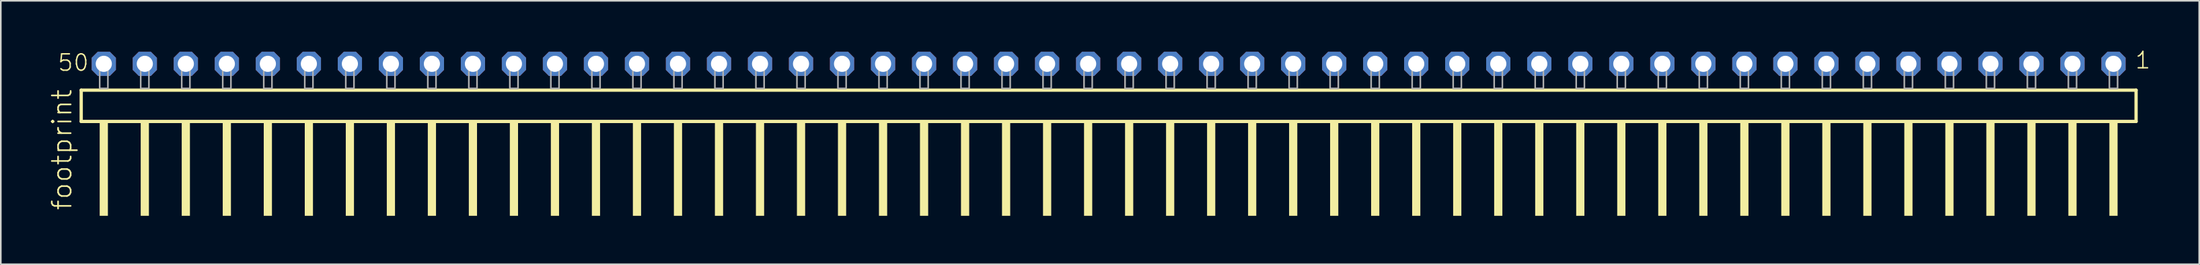
<source format=kicad_pcb>
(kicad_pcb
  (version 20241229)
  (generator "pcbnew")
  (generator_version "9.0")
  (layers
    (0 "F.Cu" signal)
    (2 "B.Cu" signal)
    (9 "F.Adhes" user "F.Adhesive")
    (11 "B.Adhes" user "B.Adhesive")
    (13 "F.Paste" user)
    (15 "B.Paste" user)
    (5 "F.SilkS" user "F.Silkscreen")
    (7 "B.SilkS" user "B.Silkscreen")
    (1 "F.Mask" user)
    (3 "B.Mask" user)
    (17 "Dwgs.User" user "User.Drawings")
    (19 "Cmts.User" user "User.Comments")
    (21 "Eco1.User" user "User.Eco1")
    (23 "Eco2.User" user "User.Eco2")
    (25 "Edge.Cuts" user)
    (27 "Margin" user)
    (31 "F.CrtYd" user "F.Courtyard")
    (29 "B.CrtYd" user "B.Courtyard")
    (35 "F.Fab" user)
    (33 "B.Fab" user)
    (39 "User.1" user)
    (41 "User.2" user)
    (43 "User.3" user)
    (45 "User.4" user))
  (footprint "footprint"
    (layer "F.Cu")
    (at 65.608 2.428)
    (property "Reference" "footprint" (at -64.135 7.62 90) (layer "F.SilkS") (effects (font (size 1.168 1.168) (thickness 0.102)) (justify left bottom)))
    (fp_line (start -63.629 0.106) (end -63.629 2.046) (stroke (width 0.203) (type solid)) (layer "F.SilkS"))
    (fp_line (start -63.629 2.046) (end 63.629 2.046) (stroke (width 0.203) (type solid)) (layer "F.SilkS"))
    (fp_line (start 63.629 0.106) (end -63.629 0.106) (stroke (width 0.203) (type solid)) (layer "F.SilkS"))
    (fp_line (start 63.629 2.046) (end 63.629 0.106) (stroke (width 0.203) (type solid)) (layer "F.SilkS"))
    (fp_poly (pts (xy -62.484 7.89) (xy -61.976 7.89) (xy -61.976 2.04) (xy -62.484 2.04)) (stroke (width 0) (type solid)) (fill yes) (layer "F.SilkS"))
    (fp_poly (pts (xy -59.944 7.89) (xy -59.436 7.89) (xy -59.436 2.04) (xy -59.944 2.04)) (stroke (width 0) (type solid)) (fill yes) (layer "F.SilkS"))
    (fp_poly (pts (xy -57.404 7.89) (xy -56.896 7.89) (xy -56.896 2.04) (xy -57.404 2.04)) (stroke (width 0) (type solid)) (fill yes) (layer "F.SilkS"))
    (fp_poly (pts (xy -54.864 7.89) (xy -54.356 7.89) (xy -54.356 2.04) (xy -54.864 2.04)) (stroke (width 0) (type solid)) (fill yes) (layer "F.SilkS"))
    (fp_poly (pts (xy -52.324 7.89) (xy -51.816 7.89) (xy -51.816 2.04) (xy -52.324 2.04)) (stroke (width 0) (type solid)) (fill yes) (layer "F.SilkS"))
    (fp_poly (pts (xy -49.784 7.89) (xy -49.276 7.89) (xy -49.276 2.04) (xy -49.784 2.04)) (stroke (width 0) (type solid)) (fill yes) (layer "F.SilkS"))
    (fp_poly (pts (xy -47.244 7.89) (xy -46.736 7.89) (xy -46.736 2.04) (xy -47.244 2.04)) (stroke (width 0) (type solid)) (fill yes) (layer "F.SilkS"))
    (fp_poly (pts (xy -44.704 7.89) (xy -44.196 7.89) (xy -44.196 2.04) (xy -44.704 2.04)) (stroke (width 0) (type solid)) (fill yes) (layer "F.SilkS"))
    (fp_poly (pts (xy -42.164 7.89) (xy -41.656 7.89) (xy -41.656 2.04) (xy -42.164 2.04)) (stroke (width 0) (type solid)) (fill yes) (layer "F.SilkS"))
    (fp_poly (pts (xy -39.624 7.89) (xy -39.116 7.89) (xy -39.116 2.04) (xy -39.624 2.04)) (stroke (width 0) (type solid)) (fill yes) (layer "F.SilkS"))
    (fp_poly (pts (xy -37.084 7.89) (xy -36.576 7.89) (xy -36.576 2.04) (xy -37.084 2.04)) (stroke (width 0) (type solid)) (fill yes) (layer "F.SilkS"))
    (fp_poly (pts (xy -34.544 7.89) (xy -34.036 7.89) (xy -34.036 2.04) (xy -34.544 2.04)) (stroke (width 0) (type solid)) (fill yes) (layer "F.SilkS"))
    (fp_poly (pts (xy -32.004 7.89) (xy -31.496 7.89) (xy -31.496 2.04) (xy -32.004 2.04)) (stroke (width 0) (type solid)) (fill yes) (layer "F.SilkS"))
    (fp_poly (pts (xy -29.464 7.89) (xy -28.956 7.89) (xy -28.956 2.04) (xy -29.464 2.04)) (stroke (width 0) (type solid)) (fill yes) (layer "F.SilkS"))
    (fp_poly (pts (xy -26.924 7.89) (xy -26.416 7.89) (xy -26.416 2.04) (xy -26.924 2.04)) (stroke (width 0) (type solid)) (fill yes) (layer "F.SilkS"))
    (fp_poly (pts (xy -24.384 7.89) (xy -23.876 7.89) (xy -23.876 2.04) (xy -24.384 2.04)) (stroke (width 0) (type solid)) (fill yes) (layer "F.SilkS"))
    (fp_poly (pts (xy -21.844 7.89) (xy -21.336 7.89) (xy -21.336 2.04) (xy -21.844 2.04)) (stroke (width 0) (type solid)) (fill yes) (layer "F.SilkS"))
    (fp_poly (pts (xy -19.304 7.89) (xy -18.796 7.89) (xy -18.796 2.04) (xy -19.304 2.04)) (stroke (width 0) (type solid)) (fill yes) (layer "F.SilkS"))
    (fp_poly (pts (xy -16.764 7.89) (xy -16.256 7.89) (xy -16.256 2.04) (xy -16.764 2.04)) (stroke (width 0) (type solid)) (fill yes) (layer "F.SilkS"))
    (fp_poly (pts (xy -14.224 7.89) (xy -13.716 7.89) (xy -13.716 2.04) (xy -14.224 2.04)) (stroke (width 0) (type solid)) (fill yes) (layer "F.SilkS"))
    (fp_poly (pts (xy -11.684 7.89) (xy -11.176 7.89) (xy -11.176 2.04) (xy -11.684 2.04)) (stroke (width 0) (type solid)) (fill yes) (layer "F.SilkS"))
    (fp_poly (pts (xy -9.144 7.89) (xy -8.636 7.89) (xy -8.636 2.04) (xy -9.144 2.04)) (stroke (width 0) (type solid)) (fill yes) (layer "F.SilkS"))
    (fp_poly (pts (xy -6.604 7.89) (xy -6.096 7.89) (xy -6.096 2.04) (xy -6.604 2.04)) (stroke (width 0) (type solid)) (fill yes) (layer "F.SilkS"))
    (fp_poly (pts (xy -4.064 7.89) (xy -3.556 7.89) (xy -3.556 2.04) (xy -4.064 2.04)) (stroke (width 0) (type solid)) (fill yes) (layer "F.SilkS"))
    (fp_poly (pts (xy -1.524 7.89) (xy -1.016 7.89) (xy -1.016 2.04) (xy -1.524 2.04)) (stroke (width 0) (type solid)) (fill yes) (layer "F.SilkS"))
    (fp_poly (pts (xy 1.016 7.89) (xy 1.524 7.89) (xy 1.524 2.04) (xy 1.016 2.04)) (stroke (width 0) (type solid)) (fill yes) (layer "F.SilkS"))
    (fp_poly (pts (xy 3.556 7.89) (xy 4.064 7.89) (xy 4.064 2.04) (xy 3.556 2.04)) (stroke (width 0) (type solid)) (fill yes) (layer "F.SilkS"))
    (fp_poly (pts (xy 6.096 7.89) (xy 6.604 7.89) (xy 6.604 2.04) (xy 6.096 2.04)) (stroke (width 0) (type solid)) (fill yes) (layer "F.SilkS"))
    (fp_poly (pts (xy 8.636 7.89) (xy 9.144 7.89) (xy 9.144 2.04) (xy 8.636 2.04)) (stroke (width 0) (type solid)) (fill yes) (layer "F.SilkS"))
    (fp_poly (pts (xy 11.176 7.89) (xy 11.684 7.89) (xy 11.684 2.04) (xy 11.176 2.04)) (stroke (width 0) (type solid)) (fill yes) (layer "F.SilkS"))
    (fp_poly (pts (xy 13.716 7.89) (xy 14.224 7.89) (xy 14.224 2.04) (xy 13.716 2.04)) (stroke (width 0) (type solid)) (fill yes) (layer "F.SilkS"))
    (fp_poly (pts (xy 16.256 7.89) (xy 16.764 7.89) (xy 16.764 2.04) (xy 16.256 2.04)) (stroke (width 0) (type solid)) (fill yes) (layer "F.SilkS"))
    (fp_poly (pts (xy 18.796 7.89) (xy 19.304 7.89) (xy 19.304 2.04) (xy 18.796 2.04)) (stroke (width 0) (type solid)) (fill yes) (layer "F.SilkS"))
    (fp_poly (pts (xy 21.336 7.89) (xy 21.844 7.89) (xy 21.844 2.04) (xy 21.336 2.04)) (stroke (width 0) (type solid)) (fill yes) (layer "F.SilkS"))
    (fp_poly (pts (xy 23.876 7.89) (xy 24.384 7.89) (xy 24.384 2.04) (xy 23.876 2.04)) (stroke (width 0) (type solid)) (fill yes) (layer "F.SilkS"))
    (fp_poly (pts (xy 26.416 7.89) (xy 26.924 7.89) (xy 26.924 2.04) (xy 26.416 2.04)) (stroke (width 0) (type solid)) (fill yes) (layer "F.SilkS"))
    (fp_poly (pts (xy 28.956 7.89) (xy 29.464 7.89) (xy 29.464 2.04) (xy 28.956 2.04)) (stroke (width 0) (type solid)) (fill yes) (layer "F.SilkS"))
    (fp_poly (pts (xy 31.496 7.89) (xy 32.004 7.89) (xy 32.004 2.04) (xy 31.496 2.04)) (stroke (width 0) (type solid)) (fill yes) (layer "F.SilkS"))
    (fp_poly (pts (xy 34.036 7.89) (xy 34.544 7.89) (xy 34.544 2.04) (xy 34.036 2.04)) (stroke (width 0) (type solid)) (fill yes) (layer "F.SilkS"))
    (fp_poly (pts (xy 36.576 7.89) (xy 37.084 7.89) (xy 37.084 2.04) (xy 36.576 2.04)) (stroke (width 0) (type solid)) (fill yes) (layer "F.SilkS"))
    (fp_poly (pts (xy 39.116 7.89) (xy 39.624 7.89) (xy 39.624 2.04) (xy 39.116 2.04)) (stroke (width 0) (type solid)) (fill yes) (layer "F.SilkS"))
    (fp_poly (pts (xy 41.656 7.89) (xy 42.164 7.89) (xy 42.164 2.04) (xy 41.656 2.04)) (stroke (width 0) (type solid)) (fill yes) (layer "F.SilkS"))
    (fp_poly (pts (xy 44.196 7.89) (xy 44.704 7.89) (xy 44.704 2.04) (xy 44.196 2.04)) (stroke (width 0) (type solid)) (fill yes) (layer "F.SilkS"))
    (fp_poly (pts (xy 46.736 7.89) (xy 47.244 7.89) (xy 47.244 2.04) (xy 46.736 2.04)) (stroke (width 0) (type solid)) (fill yes) (layer "F.SilkS"))
    (fp_poly (pts (xy 49.276 7.89) (xy 49.784 7.89) (xy 49.784 2.04) (xy 49.276 2.04)) (stroke (width 0) (type solid)) (fill yes) (layer "F.SilkS"))
    (fp_poly (pts (xy 51.816 7.89) (xy 52.324 7.89) (xy 52.324 2.04) (xy 51.816 2.04)) (stroke (width 0) (type solid)) (fill yes) (layer "F.SilkS"))
    (fp_poly (pts (xy 54.356 7.89) (xy 54.864 7.89) (xy 54.864 2.04) (xy 54.356 2.04)) (stroke (width 0) (type solid)) (fill yes) (layer "F.SilkS"))
    (fp_poly (pts (xy 56.896 7.89) (xy 57.404 7.89) (xy 57.404 2.04) (xy 56.896 2.04)) (stroke (width 0) (type solid)) (fill yes) (layer "F.SilkS"))
    (fp_poly (pts (xy 59.436 7.89) (xy 59.944 7.89) (xy 59.944 2.04) (xy 59.436 2.04)) (stroke (width 0) (type solid)) (fill yes) (layer "F.SilkS"))
    (fp_poly (pts (xy 61.976 7.89) (xy 62.484 7.89) (xy 62.484 2.04) (xy 61.976 2.04)) (stroke (width 0) (type solid)) (fill yes) (layer "F.SilkS"))
    (fp_poly (pts (xy -62.484 0) (xy -61.976 0) (xy -61.976 -1.778) (xy -62.484 -1.778)) (stroke (width 0.1) (type solid)) (fill no) (layer "F.Fab"))
    (fp_poly (pts (xy -59.944 0) (xy -59.436 0) (xy -59.436 -1.778) (xy -59.944 -1.778)) (stroke (width 0.1) (type solid)) (fill no) (layer "F.Fab"))
    (fp_poly (pts (xy -57.404 0) (xy -56.896 0) (xy -56.896 -1.778) (xy -57.404 -1.778)) (stroke (width 0.1) (type solid)) (fill no) (layer "F.Fab"))
    (fp_poly (pts (xy -54.864 0) (xy -54.356 0) (xy -54.356 -1.778) (xy -54.864 -1.778)) (stroke (width 0.1) (type solid)) (fill no) (layer "F.Fab"))
    (fp_poly (pts (xy -52.324 0) (xy -51.816 0) (xy -51.816 -1.778) (xy -52.324 -1.778)) (stroke (width 0.1) (type solid)) (fill no) (layer "F.Fab"))
    (fp_poly (pts (xy -49.784 0) (xy -49.276 0) (xy -49.276 -1.778) (xy -49.784 -1.778)) (stroke (width 0.1) (type solid)) (fill no) (layer "F.Fab"))
    (fp_poly (pts (xy -47.244 0) (xy -46.736 0) (xy -46.736 -1.778) (xy -47.244 -1.778)) (stroke (width 0.1) (type solid)) (fill no) (layer "F.Fab"))
    (fp_poly (pts (xy -44.704 0) (xy -44.196 0) (xy -44.196 -1.778) (xy -44.704 -1.778)) (stroke (width 0.1) (type solid)) (fill no) (layer "F.Fab"))
    (fp_poly (pts (xy -42.164 0) (xy -41.656 0) (xy -41.656 -1.778) (xy -42.164 -1.778)) (stroke (width 0.1) (type solid)) (fill no) (layer "F.Fab"))
    (fp_poly (pts (xy -39.624 0) (xy -39.116 0) (xy -39.116 -1.778) (xy -39.624 -1.778)) (stroke (width 0.1) (type solid)) (fill no) (layer "F.Fab"))
    (fp_poly (pts (xy -37.084 0) (xy -36.576 0) (xy -36.576 -1.778) (xy -37.084 -1.778)) (stroke (width 0.1) (type solid)) (fill no) (layer "F.Fab"))
    (fp_poly (pts (xy -34.544 0) (xy -34.036 0) (xy -34.036 -1.778) (xy -34.544 -1.778)) (stroke (width 0.1) (type solid)) (fill no) (layer "F.Fab"))
    (fp_poly (pts (xy -32.004 0) (xy -31.496 0) (xy -31.496 -1.778) (xy -32.004 -1.778)) (stroke (width 0.1) (type solid)) (fill no) (layer "F.Fab"))
    (fp_poly (pts (xy -29.464 0) (xy -28.956 0) (xy -28.956 -1.778) (xy -29.464 -1.778)) (stroke (width 0.1) (type solid)) (fill no) (layer "F.Fab"))
    (fp_poly (pts (xy -26.924 0) (xy -26.416 0) (xy -26.416 -1.778) (xy -26.924 -1.778)) (stroke (width 0.1) (type solid)) (fill no) (layer "F.Fab"))
    (fp_poly (pts (xy -24.384 0) (xy -23.876 0) (xy -23.876 -1.778) (xy -24.384 -1.778)) (stroke (width 0.1) (type solid)) (fill no) (layer "F.Fab"))
    (fp_poly (pts (xy -21.844 0) (xy -21.336 0) (xy -21.336 -1.778) (xy -21.844 -1.778)) (stroke (width 0.1) (type solid)) (fill no) (layer "F.Fab"))
    (fp_poly (pts (xy -19.304 0) (xy -18.796 0) (xy -18.796 -1.778) (xy -19.304 -1.778)) (stroke (width 0.1) (type solid)) (fill no) (layer "F.Fab"))
    (fp_poly (pts (xy -16.764 0) (xy -16.256 0) (xy -16.256 -1.778) (xy -16.764 -1.778)) (stroke (width 0.1) (type solid)) (fill no) (layer "F.Fab"))
    (fp_poly (pts (xy -14.224 0) (xy -13.716 0) (xy -13.716 -1.778) (xy -14.224 -1.778)) (stroke (width 0.1) (type solid)) (fill no) (layer "F.Fab"))
    (fp_poly (pts (xy -11.684 0) (xy -11.176 0) (xy -11.176 -1.778) (xy -11.684 -1.778)) (stroke (width 0.1) (type solid)) (fill no) (layer "F.Fab"))
    (fp_poly (pts (xy -9.144 0) (xy -8.636 0) (xy -8.636 -1.778) (xy -9.144 -1.778)) (stroke (width 0.1) (type solid)) (fill no) (layer "F.Fab"))
    (fp_poly (pts (xy -6.604 0) (xy -6.096 0) (xy -6.096 -1.778) (xy -6.604 -1.778)) (stroke (width 0.1) (type solid)) (fill no) (layer "F.Fab"))
    (fp_poly (pts (xy -4.064 0) (xy -3.556 0) (xy -3.556 -1.778) (xy -4.064 -1.778)) (stroke (width 0.1) (type solid)) (fill no) (layer "F.Fab"))
    (fp_poly (pts (xy -1.524 0) (xy -1.016 0) (xy -1.016 -1.778) (xy -1.524 -1.778)) (stroke (width 0.1) (type solid)) (fill no) (layer "F.Fab"))
    (fp_poly (pts (xy 1.016 0) (xy 1.524 0) (xy 1.524 -1.778) (xy 1.016 -1.778)) (stroke (width 0.1) (type solid)) (fill no) (layer "F.Fab"))
    (fp_poly (pts (xy 3.556 0) (xy 4.064 0) (xy 4.064 -1.778) (xy 3.556 -1.778)) (stroke (width 0.1) (type solid)) (fill no) (layer "F.Fab"))
    (fp_poly (pts (xy 6.096 0) (xy 6.604 0) (xy 6.604 -1.778) (xy 6.096 -1.778)) (stroke (width 0.1) (type solid)) (fill no) (layer "F.Fab"))
    (fp_poly (pts (xy 8.636 0) (xy 9.144 0) (xy 9.144 -1.778) (xy 8.636 -1.778)) (stroke (width 0.1) (type solid)) (fill no) (layer "F.Fab"))
    (fp_poly (pts (xy 11.176 0) (xy 11.684 0) (xy 11.684 -1.778) (xy 11.176 -1.778)) (stroke (width 0.1) (type solid)) (fill no) (layer "F.Fab"))
    (fp_poly (pts (xy 13.716 0) (xy 14.224 0) (xy 14.224 -1.778) (xy 13.716 -1.778)) (stroke (width 0.1) (type solid)) (fill no) (layer "F.Fab"))
    (fp_poly (pts (xy 16.256 0) (xy 16.764 0) (xy 16.764 -1.778) (xy 16.256 -1.778)) (stroke (width 0.1) (type solid)) (fill no) (layer "F.Fab"))
    (fp_poly (pts (xy 18.796 0) (xy 19.304 0) (xy 19.304 -1.778) (xy 18.796 -1.778)) (stroke (width 0.1) (type solid)) (fill no) (layer "F.Fab"))
    (fp_poly (pts (xy 21.336 0) (xy 21.844 0) (xy 21.844 -1.778) (xy 21.336 -1.778)) (stroke (width 0.1) (type solid)) (fill no) (layer "F.Fab"))
    (fp_poly (pts (xy 23.876 0) (xy 24.384 0) (xy 24.384 -1.778) (xy 23.876 -1.778)) (stroke (width 0.1) (type solid)) (fill no) (layer "F.Fab"))
    (fp_poly (pts (xy 26.416 0) (xy 26.924 0) (xy 26.924 -1.778) (xy 26.416 -1.778)) (stroke (width 0.1) (type solid)) (fill no) (layer "F.Fab"))
    (fp_poly (pts (xy 28.956 0) (xy 29.464 0) (xy 29.464 -1.778) (xy 28.956 -1.778)) (stroke (width 0.1) (type solid)) (fill no) (layer "F.Fab"))
    (fp_poly (pts (xy 31.496 0) (xy 32.004 0) (xy 32.004 -1.778) (xy 31.496 -1.778)) (stroke (width 0.1) (type solid)) (fill no) (layer "F.Fab"))
    (fp_poly (pts (xy 34.036 0) (xy 34.544 0) (xy 34.544 -1.778) (xy 34.036 -1.778)) (stroke (width 0.1) (type solid)) (fill no) (layer "F.Fab"))
    (fp_poly (pts (xy 36.576 0) (xy 37.084 0) (xy 37.084 -1.778) (xy 36.576 -1.778)) (stroke (width 0.1) (type solid)) (fill no) (layer "F.Fab"))
    (fp_poly (pts (xy 39.116 0) (xy 39.624 0) (xy 39.624 -1.778) (xy 39.116 -1.778)) (stroke (width 0.1) (type solid)) (fill no) (layer "F.Fab"))
    (fp_poly (pts (xy 41.656 0) (xy 42.164 0) (xy 42.164 -1.778) (xy 41.656 -1.778)) (stroke (width 0.1) (type solid)) (fill no) (layer "F.Fab"))
    (fp_poly (pts (xy 44.196 0) (xy 44.704 0) (xy 44.704 -1.778) (xy 44.196 -1.778)) (stroke (width 0.1) (type solid)) (fill no) (layer "F.Fab"))
    (fp_poly (pts (xy 46.736 0) (xy 47.244 0) (xy 47.244 -1.778) (xy 46.736 -1.778)) (stroke (width 0.1) (type solid)) (fill no) (layer "F.Fab"))
    (fp_poly (pts (xy 49.276 0) (xy 49.784 0) (xy 49.784 -1.778) (xy 49.276 -1.778)) (stroke (width 0.1) (type solid)) (fill no) (layer "F.Fab"))
    (fp_poly (pts (xy 51.816 0) (xy 52.324 0) (xy 52.324 -1.778) (xy 51.816 -1.778)) (stroke (width 0.1) (type solid)) (fill no) (layer "F.Fab"))
    (fp_poly (pts (xy 54.356 0) (xy 54.864 0) (xy 54.864 -1.778) (xy 54.356 -1.778)) (stroke (width 0.1) (type solid)) (fill no) (layer "F.Fab"))
    (fp_poly (pts (xy 56.896 0) (xy 57.404 0) (xy 57.404 -1.778) (xy 56.896 -1.778)) (stroke (width 0.1) (type solid)) (fill no) (layer "F.Fab"))
    (fp_poly (pts (xy 59.436 0) (xy 59.944 0) (xy 59.944 -1.778) (xy 59.436 -1.778)) (stroke (width 0.1) (type solid)) (fill no) (layer "F.Fab"))
    (fp_poly (pts (xy 61.976 0) (xy 62.484 0) (xy 62.484 -1.778) (xy 61.976 -1.778)) (stroke (width 0.1) (type solid)) (fill no) (layer "F.Fab"))
    (fp_text user "50" (at -65.14 -1.002 0) (layer "F.SilkS") (effects (font (size 1.012 1.012) (thickness 0.088)) (justify left bottom)))
    (fp_text user "1" (at 63.512 -1.152 0) (layer "F.SilkS") (effects (font (size 1.012 1.012) (thickness 0.088)) (justify left bottom)))
    (pad "1" thru_hole roundrect (at 62.23 -1.524 180) (size 1.5 1.5) (drill 1) (layers "*.Cu" "*.Mask") (roundrect_rratio 0.25) (chamfer_ratio 0.25) (chamfer top_left top_right bottom_left bottom_right))
    (pad "2" thru_hole roundrect (at 59.69 -1.524 180) (size 1.5 1.5) (drill 1) (layers "*.Cu" "*.Mask") (roundrect_rratio 0.25) (chamfer_ratio 0.25) (chamfer top_left top_right bottom_left bottom_right))
    (pad "3" thru_hole roundrect (at 57.15 -1.524 180) (size 1.5 1.5) (drill 1) (layers "*.Cu" "*.Mask") (roundrect_rratio 0.25) (chamfer_ratio 0.25) (chamfer top_left top_right bottom_left bottom_right))
    (pad "4" thru_hole roundrect (at 54.61 -1.524 180) (size 1.5 1.5) (drill 1) (layers "*.Cu" "*.Mask") (roundrect_rratio 0.25) (chamfer_ratio 0.25) (chamfer top_left top_right bottom_left bottom_right))
    (pad "5" thru_hole roundrect (at 52.07 -1.524 180) (size 1.5 1.5) (drill 1) (layers "*.Cu" "*.Mask") (roundrect_rratio 0.25) (chamfer_ratio 0.25) (chamfer top_left top_right bottom_left bottom_right))
    (pad "6" thru_hole roundrect (at 49.53 -1.524 180) (size 1.5 1.5) (drill 1) (layers "*.Cu" "*.Mask") (roundrect_rratio 0.25) (chamfer_ratio 0.25) (chamfer top_left top_right bottom_left bottom_right))
    (pad "7" thru_hole roundrect (at 46.99 -1.524 180) (size 1.5 1.5) (drill 1) (layers "*.Cu" "*.Mask") (roundrect_rratio 0.25) (chamfer_ratio 0.25) (chamfer top_left top_right bottom_left bottom_right))
    (pad "8" thru_hole roundrect (at 44.45 -1.524 180) (size 1.5 1.5) (drill 1) (layers "*.Cu" "*.Mask") (roundrect_rratio 0.25) (chamfer_ratio 0.25) (chamfer top_left top_right bottom_left bottom_right))
    (pad "9" thru_hole roundrect (at 41.91 -1.524 180) (size 1.5 1.5) (drill 1) (layers "*.Cu" "*.Mask") (roundrect_rratio 0.25) (chamfer_ratio 0.25) (chamfer top_left top_right bottom_left bottom_right))
    (pad "10" thru_hole roundrect (at 39.37 -1.524 180) (size 1.5 1.5) (drill 1) (layers "*.Cu" "*.Mask") (roundrect_rratio 0.25) (chamfer_ratio 0.25) (chamfer top_left top_right bottom_left bottom_right))
    (pad "11" thru_hole roundrect (at 36.83 -1.524 180) (size 1.5 1.5) (drill 1) (layers "*.Cu" "*.Mask") (roundrect_rratio 0.25) (chamfer_ratio 0.25) (chamfer top_left top_right bottom_left bottom_right))
    (pad "12" thru_hole roundrect (at 34.29 -1.524 180) (size 1.5 1.5) (drill 1) (layers "*.Cu" "*.Mask") (roundrect_rratio 0.25) (chamfer_ratio 0.25) (chamfer top_left top_right bottom_left bottom_right))
    (pad "13" thru_hole roundrect (at 31.75 -1.524 180) (size 1.5 1.5) (drill 1) (layers "*.Cu" "*.Mask") (roundrect_rratio 0.25) (chamfer_ratio 0.25) (chamfer top_left top_right bottom_left bottom_right))
    (pad "14" thru_hole roundrect (at 29.21 -1.524 180) (size 1.5 1.5) (drill 1) (layers "*.Cu" "*.Mask") (roundrect_rratio 0.25) (chamfer_ratio 0.25) (chamfer top_left top_right bottom_left bottom_right))
    (pad "15" thru_hole roundrect (at 26.67 -1.524 180) (size 1.5 1.5) (drill 1) (layers "*.Cu" "*.Mask") (roundrect_rratio 0.25) (chamfer_ratio 0.25) (chamfer top_left top_right bottom_left bottom_right))
    (pad "16" thru_hole roundrect (at 24.13 -1.524 180) (size 1.5 1.5) (drill 1) (layers "*.Cu" "*.Mask") (roundrect_rratio 0.25) (chamfer_ratio 0.25) (chamfer top_left top_right bottom_left bottom_right))
    (pad "17" thru_hole roundrect (at 21.59 -1.524 180) (size 1.5 1.5) (drill 1) (layers "*.Cu" "*.Mask") (roundrect_rratio 0.25) (chamfer_ratio 0.25) (chamfer top_left top_right bottom_left bottom_right))
    (pad "18" thru_hole roundrect (at 19.05 -1.524 180) (size 1.5 1.5) (drill 1) (layers "*.Cu" "*.Mask") (roundrect_rratio 0.25) (chamfer_ratio 0.25) (chamfer top_left top_right bottom_left bottom_right))
    (pad "19" thru_hole roundrect (at 16.51 -1.524 180) (size 1.5 1.5) (drill 1) (layers "*.Cu" "*.Mask") (roundrect_rratio 0.25) (chamfer_ratio 0.25) (chamfer top_left top_right bottom_left bottom_right))
    (pad "20" thru_hole roundrect (at 13.97 -1.524 180) (size 1.5 1.5) (drill 1) (layers "*.Cu" "*.Mask") (roundrect_rratio 0.25) (chamfer_ratio 0.25) (chamfer top_left top_right bottom_left bottom_right))
    (pad "21" thru_hole roundrect (at 11.43 -1.524 180) (size 1.5 1.5) (drill 1) (layers "*.Cu" "*.Mask") (roundrect_rratio 0.25) (chamfer_ratio 0.25) (chamfer top_left top_right bottom_left bottom_right))
    (pad "22" thru_hole roundrect (at 8.89 -1.524 180) (size 1.5 1.5) (drill 1) (layers "*.Cu" "*.Mask") (roundrect_rratio 0.25) (chamfer_ratio 0.25) (chamfer top_left top_right bottom_left bottom_right))
    (pad "23" thru_hole roundrect (at 6.35 -1.524 180) (size 1.5 1.5) (drill 1) (layers "*.Cu" "*.Mask") (roundrect_rratio 0.25) (chamfer_ratio 0.25) (chamfer top_left top_right bottom_left bottom_right))
    (pad "24" thru_hole roundrect (at 3.81 -1.524 180) (size 1.5 1.5) (drill 1) (layers "*.Cu" "*.Mask") (roundrect_rratio 0.25) (chamfer_ratio 0.25) (chamfer top_left top_right bottom_left bottom_right))
    (pad "25" thru_hole roundrect (at 1.27 -1.524 180) (size 1.5 1.5) (drill 1) (layers "*.Cu" "*.Mask") (roundrect_rratio 0.25) (chamfer_ratio 0.25) (chamfer top_left top_right bottom_left bottom_right))
    (pad "26" thru_hole roundrect (at -1.27 -1.524 180) (size 1.5 1.5) (drill 1) (layers "*.Cu" "*.Mask") (roundrect_rratio 0.25) (chamfer_ratio 0.25) (chamfer top_left top_right bottom_left bottom_right))
    (pad "27" thru_hole roundrect (at -3.81 -1.524 180) (size 1.5 1.5) (drill 1) (layers "*.Cu" "*.Mask") (roundrect_rratio 0.25) (chamfer_ratio 0.25) (chamfer top_left top_right bottom_left bottom_right))
    (pad "28" thru_hole roundrect (at -6.35 -1.524 180) (size 1.5 1.5) (drill 1) (layers "*.Cu" "*.Mask") (roundrect_rratio 0.25) (chamfer_ratio 0.25) (chamfer top_left top_right bottom_left bottom_right))
    (pad "29" thru_hole roundrect (at -8.89 -1.524 180) (size 1.5 1.5) (drill 1) (layers "*.Cu" "*.Mask") (roundrect_rratio 0.25) (chamfer_ratio 0.25) (chamfer top_left top_right bottom_left bottom_right))
    (pad "30" thru_hole roundrect (at -11.43 -1.524 180) (size 1.5 1.5) (drill 1) (layers "*.Cu" "*.Mask") (roundrect_rratio 0.25) (chamfer_ratio 0.25) (chamfer top_left top_right bottom_left bottom_right))
    (pad "31" thru_hole roundrect (at -13.97 -1.524 180) (size 1.5 1.5) (drill 1) (layers "*.Cu" "*.Mask") (roundrect_rratio 0.25) (chamfer_ratio 0.25) (chamfer top_left top_right bottom_left bottom_right))
    (pad "32" thru_hole roundrect (at -16.51 -1.524 180) (size 1.5 1.5) (drill 1) (layers "*.Cu" "*.Mask") (roundrect_rratio 0.25) (chamfer_ratio 0.25) (chamfer top_left top_right bottom_left bottom_right))
    (pad "33" thru_hole roundrect (at -19.05 -1.524 180) (size 1.5 1.5) (drill 1) (layers "*.Cu" "*.Mask") (roundrect_rratio 0.25) (chamfer_ratio 0.25) (chamfer top_left top_right bottom_left bottom_right))
    (pad "34" thru_hole roundrect (at -21.59 -1.524 180) (size 1.5 1.5) (drill 1) (layers "*.Cu" "*.Mask") (roundrect_rratio 0.25) (chamfer_ratio 0.25) (chamfer top_left top_right bottom_left bottom_right))
    (pad "35" thru_hole roundrect (at -24.13 -1.524 180) (size 1.5 1.5) (drill 1) (layers "*.Cu" "*.Mask") (roundrect_rratio 0.25) (chamfer_ratio 0.25) (chamfer top_left top_right bottom_left bottom_right))
    (pad "36" thru_hole roundrect (at -26.67 -1.524 180) (size 1.5 1.5) (drill 1) (layers "*.Cu" "*.Mask") (roundrect_rratio 0.25) (chamfer_ratio 0.25) (chamfer top_left top_right bottom_left bottom_right))
    (pad "37" thru_hole roundrect (at -29.21 -1.524 180) (size 1.5 1.5) (drill 1) (layers "*.Cu" "*.Mask") (roundrect_rratio 0.25) (chamfer_ratio 0.25) (chamfer top_left top_right bottom_left bottom_right))
    (pad "38" thru_hole roundrect (at -31.75 -1.524 180) (size 1.5 1.5) (drill 1) (layers "*.Cu" "*.Mask") (roundrect_rratio 0.25) (chamfer_ratio 0.25) (chamfer top_left top_right bottom_left bottom_right))
    (pad "39" thru_hole roundrect (at -34.29 -1.524 180) (size 1.5 1.5) (drill 1) (layers "*.Cu" "*.Mask") (roundrect_rratio 0.25) (chamfer_ratio 0.25) (chamfer top_left top_right bottom_left bottom_right))
    (pad "40" thru_hole roundrect (at -36.83 -1.524 180) (size 1.5 1.5) (drill 1) (layers "*.Cu" "*.Mask") (roundrect_rratio 0.25) (chamfer_ratio 0.25) (chamfer top_left top_right bottom_left bottom_right))
    (pad "41" thru_hole roundrect (at -39.37 -1.524 180) (size 1.5 1.5) (drill 1) (layers "*.Cu" "*.Mask") (roundrect_rratio 0.25) (chamfer_ratio 0.25) (chamfer top_left top_right bottom_left bottom_right))
    (pad "42" thru_hole roundrect (at -41.91 -1.524 180) (size 1.5 1.5) (drill 1) (layers "*.Cu" "*.Mask") (roundrect_rratio 0.25) (chamfer_ratio 0.25) (chamfer top_left top_right bottom_left bottom_right))
    (pad "43" thru_hole roundrect (at -44.45 -1.524 180) (size 1.5 1.5) (drill 1) (layers "*.Cu" "*.Mask") (roundrect_rratio 0.25) (chamfer_ratio 0.25) (chamfer top_left top_right bottom_left bottom_right))
    (pad "44" thru_hole roundrect (at -46.99 -1.524 180) (size 1.5 1.5) (drill 1) (layers "*.Cu" "*.Mask") (roundrect_rratio 0.25) (chamfer_ratio 0.25) (chamfer top_left top_right bottom_left bottom_right))
    (pad "45" thru_hole roundrect (at -49.53 -1.524 180) (size 1.5 1.5) (drill 1) (layers "*.Cu" "*.Mask") (roundrect_rratio 0.25) (chamfer_ratio 0.25) (chamfer top_left top_right bottom_left bottom_right))
    (pad "46" thru_hole roundrect (at -52.07 -1.524 180) (size 1.5 1.5) (drill 1) (layers "*.Cu" "*.Mask") (roundrect_rratio 0.25) (chamfer_ratio 0.25) (chamfer top_left top_right bottom_left bottom_right))
    (pad "47" thru_hole roundrect (at -54.61 -1.524 180) (size 1.5 1.5) (drill 1) (layers "*.Cu" "*.Mask") (roundrect_rratio 0.25) (chamfer_ratio 0.25) (chamfer top_left top_right bottom_left bottom_right))
    (pad "48" thru_hole roundrect (at -57.15 -1.524 180) (size 1.5 1.5) (drill 1) (layers "*.Cu" "*.Mask") (roundrect_rratio 0.25) (chamfer_ratio 0.25) (chamfer top_left top_right bottom_left bottom_right))
    (pad "49" thru_hole roundrect (at -59.69 -1.524 180) (size 1.5 1.5) (drill 1) (layers "*.Cu" "*.Mask") (roundrect_rratio 0.25) (chamfer_ratio 0.25) (chamfer top_left top_right bottom_left bottom_right))
    (pad "50" thru_hole roundrect (at -62.23 -1.524 180) (size 1.5 1.5) (drill 1) (layers "*.Cu" "*.Mask") (roundrect_rratio 0.25) (chamfer_ratio 0.25) (chamfer top_left top_right bottom_left bottom_right)))
  (gr_rect
    (start -3 -3)
    (end 133.146 13.318)
    (stroke (width 0.1) (type default))
    (fill no)
    (layer "Edge.Cuts")))
</source>
